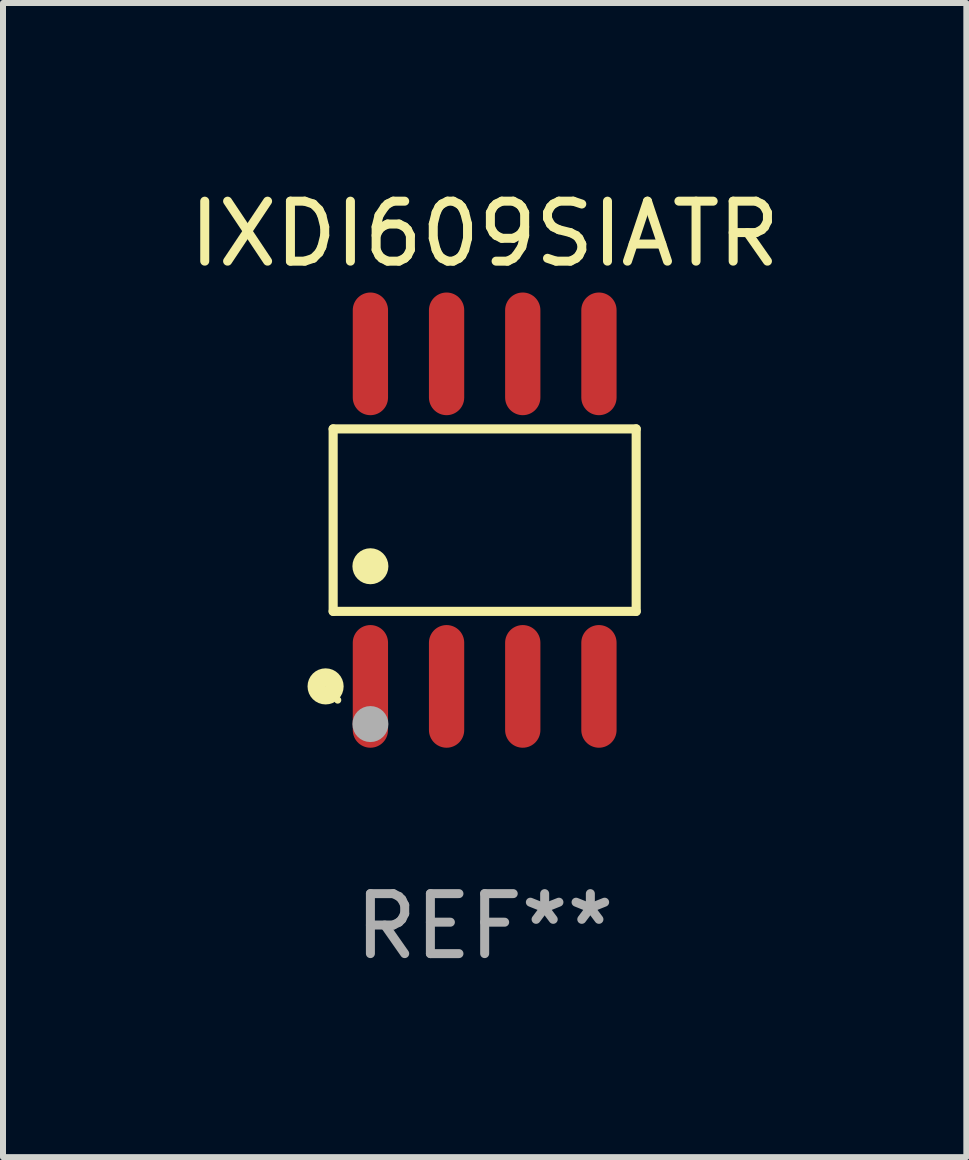
<source format=kicad_pcb>
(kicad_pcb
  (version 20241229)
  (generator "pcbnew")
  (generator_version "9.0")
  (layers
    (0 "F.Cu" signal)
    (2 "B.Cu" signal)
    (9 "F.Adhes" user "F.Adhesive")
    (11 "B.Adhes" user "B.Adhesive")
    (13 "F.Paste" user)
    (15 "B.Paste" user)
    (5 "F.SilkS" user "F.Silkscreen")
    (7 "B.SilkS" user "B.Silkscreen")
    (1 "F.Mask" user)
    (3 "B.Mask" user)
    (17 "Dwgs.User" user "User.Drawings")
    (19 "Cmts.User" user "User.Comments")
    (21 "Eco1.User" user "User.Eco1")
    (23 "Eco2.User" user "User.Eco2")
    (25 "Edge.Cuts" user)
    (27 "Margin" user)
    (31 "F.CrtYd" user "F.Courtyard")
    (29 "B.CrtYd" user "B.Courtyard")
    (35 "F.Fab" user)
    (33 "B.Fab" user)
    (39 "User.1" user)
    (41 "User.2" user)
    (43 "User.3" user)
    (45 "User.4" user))
  (footprint "IXDI609SIATR"
    (layer "F.Cu")
    (at 5.03 5.621)
    (property "Reference" "IXDI609SIATR" (at 0 -4.772 0) (layer "F.SilkS") (effects (font (size 1 1) (thickness 0.15))))
    (attr through_hole)
    (fp_line (start -2.526 -1.521) (end 2.526 -1.521) (stroke (width 0.152) (type solid)) (layer "F.SilkS"))
    (fp_line (start -2.526 1.521) (end -2.526 -1.521) (stroke (width 0.152) (type solid)) (layer "F.SilkS"))
    (fp_line (start 2.526 -1.521) (end 2.526 1.521) (stroke (width 0.152) (type solid)) (layer "F.SilkS"))
    (fp_line (start 2.526 1.521) (end -2.526 1.521) (stroke (width 0.152) (type solid)) (layer "F.SilkS"))
    (fp_circle (center -2.652 2.772) (end -2.501 2.772) (stroke (width 0.3) (type solid)) (fill no) (layer "F.SilkS"))
    (fp_circle (center -2.45 3) (end -2.42 3) (stroke (width 0.06) (type solid)) (fill no) (layer "F.SilkS"))
    (fp_circle (center -1.905 0.769) (end -1.755 0.769) (stroke (width 0.3) (type solid)) (fill no) (layer "F.SilkS"))
    (fp_circle (center -1.905 3.4) (end -1.755 3.4) (stroke (width 0.3) (type solid)) (fill no) (layer "F.Fab"))
    (fp_text user "REF**" (at 0 6.772 0) (layer "F.Fab") (effects (font (size 1 1) (thickness 0.15))))
    (pad "1" smd oval (at -1.905 2.772) (size 0.588 2.045) (layers "F.Cu" "F.Mask" "F.Paste"))
    (pad "2" smd oval (at -0.635 2.772) (size 0.588 2.045) (layers "F.Cu" "F.Mask" "F.Paste"))
    (pad "3" smd oval (at 0.635 2.772) (size 0.588 2.045) (layers "F.Cu" "F.Mask" "F.Paste"))
    (pad "4" smd oval (at 1.905 2.772) (size 0.588 2.045) (layers "F.Cu" "F.Mask" "F.Paste"))
    (pad "5" smd oval (at 1.905 -2.772) (size 0.588 2.045) (layers "F.Cu" "F.Mask" "F.Paste"))
    (pad "6" smd oval (at 0.635 -2.772) (size 0.588 2.045) (layers "F.Cu" "F.Mask" "F.Paste"))
    (pad "7" smd oval (at -0.635 -2.772) (size 0.588 2.045) (layers "F.Cu" "F.Mask" "F.Paste"))
    (pad "8" smd oval (at -1.905 -2.772) (size 0.588 2.045) (layers "F.Cu" "F.Mask" "F.Paste")))
  (gr_rect
    (start -3 -3)
    (end 13.06 16.241)
    (stroke (width 0.1) (type default))
    (fill no)
    (layer "Edge.Cuts")))
</source>
